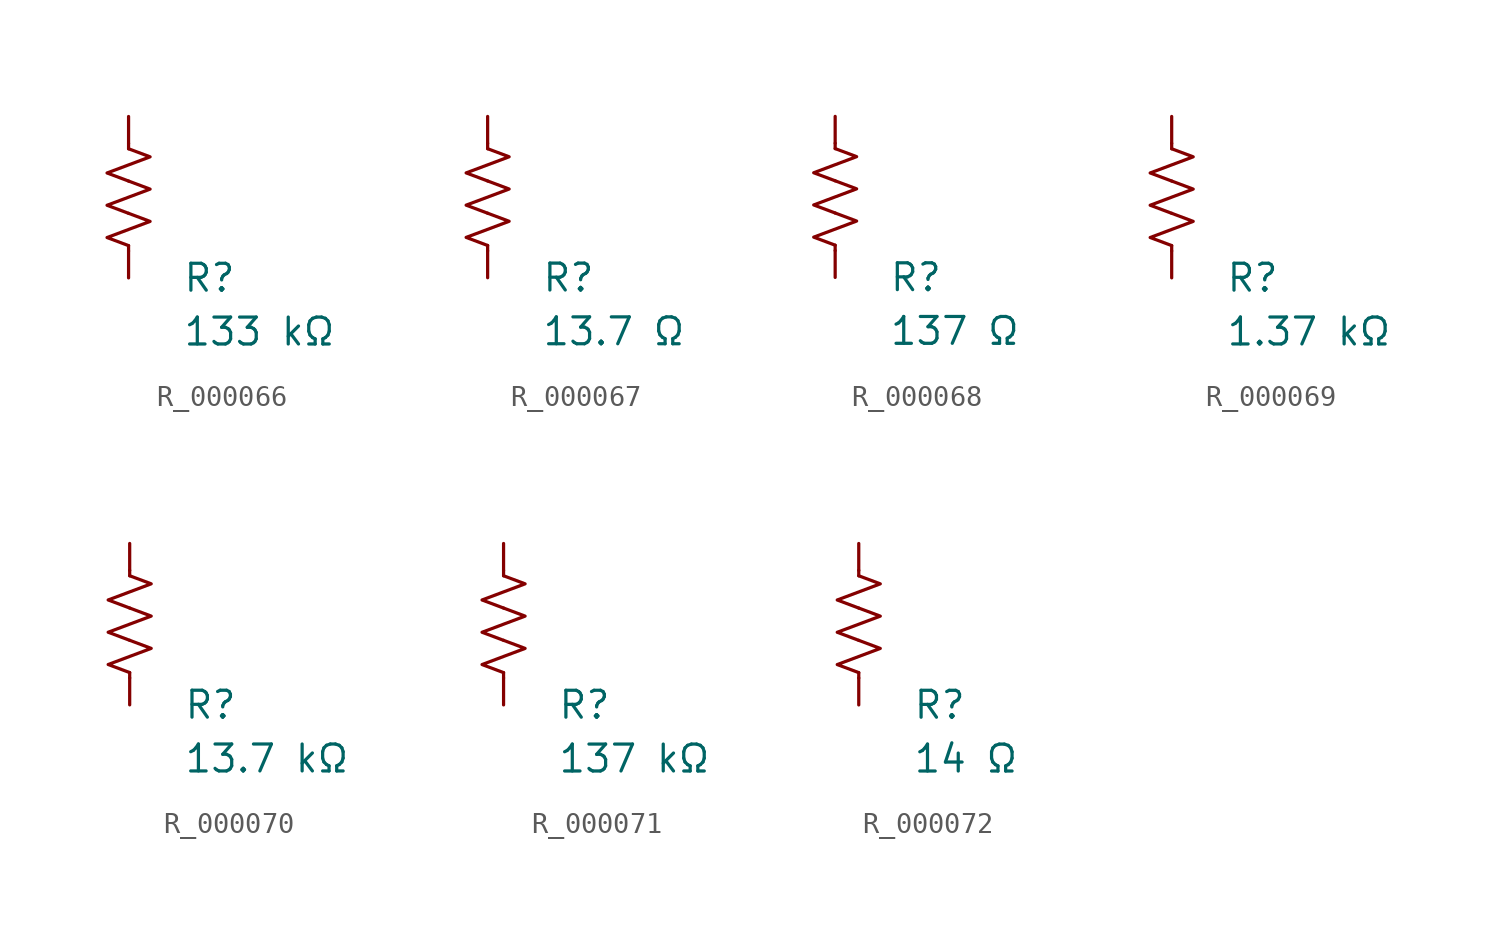
<source format=kicad_sym>
(kicad_symbol_lib
  (version 20231120)
  (generator "kicad_symbol_editor")
  (generator_version "8.0")
  (symbol "R_000066"
    (pin_numbers hide)
    (pin_names
      (offset 0))
    (property "Reference" "R"
      (at 2.54 -3.81 0)
      (effects (font (size 1.27 1.27)) (justify left))
      (show_name no))
    (property "Value" "133 kΩ"
      (at 2.54 -6.35 0)
      (effects (font (size 1.27 1.27)) (justify left))
      (show_name no))
    (symbol "R_000066_0_1"
      (polyline (pts (xy 0 -2.286) (xy 0 -2.54)) (stroke (width 0) (type default)) (fill (type none)))
      (polyline (pts (xy 0 2.286) (xy 0 2.54)) (stroke (width 0) (type default)) (fill (type none)))
      (polyline (pts (xy 0 -0.762) (xy 1.016 -1.143) (xy 0 -1.524) (xy -1.016 -1.905) (xy 0 -2.286)) (stroke (width 0) (type default)) (fill (type none)))
      (polyline (pts (xy 0 0.762) (xy 1.016 0.381) (xy 0 0) (xy -1.016 -0.381) (xy 0 -0.762)) (stroke (width 0) (type default)) (fill (type none)))
      (polyline (pts (xy 0 2.286) (xy 1.016 1.905) (xy 0 1.524) (xy -1.016 1.143) (xy 0 0.762)) (stroke (width 0) (type default)) (fill (type none))))
    (symbol "R_000066_1_1"
      (pin passive line (at 0 3.81 270) (length 1.27) (name "~" (effects (font (size 1.27 1.27)))) (number "1" (effects (font (size 1.27 1.27)))))
      (pin passive line (at 0 -3.81 90) (length 1.27) (name "~" (effects (font (size 1.27 1.27)))) (number "2" (effects (font (size 1.27 1.27)))))))
  (symbol "R_000067"
    (pin_numbers hide)
    (pin_names
      (offset 0))
    (property "Reference" "R"
      (at 2.54 -3.81 0)
      (effects (font (size 1.27 1.27)) (justify left))
      (show_name no))
    (property "Value" "13.7 Ω"
      (at 2.54 -6.35 0)
      (effects (font (size 1.27 1.27)) (justify left))
      (show_name no))
    (symbol "R_000067_0_1"
      (polyline (pts (xy 0 -2.286) (xy 0 -2.54)) (stroke (width 0) (type default)) (fill (type none)))
      (polyline (pts (xy 0 2.286) (xy 0 2.54)) (stroke (width 0) (type default)) (fill (type none)))
      (polyline (pts (xy 0 -0.762) (xy 1.016 -1.143) (xy 0 -1.524) (xy -1.016 -1.905) (xy 0 -2.286)) (stroke (width 0) (type default)) (fill (type none)))
      (polyline (pts (xy 0 0.762) (xy 1.016 0.381) (xy 0 0) (xy -1.016 -0.381) (xy 0 -0.762)) (stroke (width 0) (type default)) (fill (type none)))
      (polyline (pts (xy 0 2.286) (xy 1.016 1.905) (xy 0 1.524) (xy -1.016 1.143) (xy 0 0.762)) (stroke (width 0) (type default)) (fill (type none))))
    (symbol "R_000067_1_1"
      (pin passive line (at 0 3.81 270) (length 1.27) (name "~" (effects (font (size 1.27 1.27)))) (number "1" (effects (font (size 1.27 1.27)))))
      (pin passive line (at 0 -3.81 90) (length 1.27) (name "~" (effects (font (size 1.27 1.27)))) (number "2" (effects (font (size 1.27 1.27)))))))
  (symbol "R_000068"
    (pin_numbers hide)
    (pin_names
      (offset 0))
    (property "Reference" "R"
      (at 2.54 -3.81 0)
      (effects (font (size 1.27 1.27)) (justify left))
      (show_name no))
    (property "Value" "137 Ω"
      (at 2.54 -6.35 0)
      (effects (font (size 1.27 1.27)) (justify left))
      (show_name no))
    (symbol "R_000068_0_1"
      (polyline (pts (xy 0 -2.286) (xy 0 -2.54)) (stroke (width 0) (type default)) (fill (type none)))
      (polyline (pts (xy 0 2.286) (xy 0 2.54)) (stroke (width 0) (type default)) (fill (type none)))
      (polyline (pts (xy 0 -0.762) (xy 1.016 -1.143) (xy 0 -1.524) (xy -1.016 -1.905) (xy 0 -2.286)) (stroke (width 0) (type default)) (fill (type none)))
      (polyline (pts (xy 0 0.762) (xy 1.016 0.381) (xy 0 0) (xy -1.016 -0.381) (xy 0 -0.762)) (stroke (width 0) (type default)) (fill (type none)))
      (polyline (pts (xy 0 2.286) (xy 1.016 1.905) (xy 0 1.524) (xy -1.016 1.143) (xy 0 0.762)) (stroke (width 0) (type default)) (fill (type none))))
    (symbol "R_000068_1_1"
      (pin passive line (at 0 3.81 270) (length 1.27) (name "~" (effects (font (size 1.27 1.27)))) (number "1" (effects (font (size 1.27 1.27)))))
      (pin passive line (at 0 -3.81 90) (length 1.27) (name "~" (effects (font (size 1.27 1.27)))) (number "2" (effects (font (size 1.27 1.27)))))))
  (symbol "R_000069"
    (pin_numbers hide)
    (pin_names
      (offset 0))
    (property "Reference" "R"
      (at 2.54 -3.81 0)
      (effects (font (size 1.27 1.27)) (justify left))
      (show_name no))
    (property "Value" "1.37 kΩ"
      (at 2.54 -6.35 0)
      (effects (font (size 1.27 1.27)) (justify left))
      (show_name no))
    (symbol "R_000069_0_1"
      (polyline (pts (xy 0 -2.286) (xy 0 -2.54)) (stroke (width 0) (type default)) (fill (type none)))
      (polyline (pts (xy 0 2.286) (xy 0 2.54)) (stroke (width 0) (type default)) (fill (type none)))
      (polyline (pts (xy 0 -0.762) (xy 1.016 -1.143) (xy 0 -1.524) (xy -1.016 -1.905) (xy 0 -2.286)) (stroke (width 0) (type default)) (fill (type none)))
      (polyline (pts (xy 0 0.762) (xy 1.016 0.381) (xy 0 0) (xy -1.016 -0.381) (xy 0 -0.762)) (stroke (width 0) (type default)) (fill (type none)))
      (polyline (pts (xy 0 2.286) (xy 1.016 1.905) (xy 0 1.524) (xy -1.016 1.143) (xy 0 0.762)) (stroke (width 0) (type default)) (fill (type none))))
    (symbol "R_000069_1_1"
      (pin passive line (at 0 3.81 270) (length 1.27) (name "~" (effects (font (size 1.27 1.27)))) (number "1" (effects (font (size 1.27 1.27)))))
      (pin passive line (at 0 -3.81 90) (length 1.27) (name "~" (effects (font (size 1.27 1.27)))) (number "2" (effects (font (size 1.27 1.27)))))))
  (symbol "R_000070"
    (pin_numbers hide)
    (pin_names
      (offset 0))
    (property "Reference" "R"
      (at 2.54 -3.81 0)
      (effects (font (size 1.27 1.27)) (justify left))
      (show_name no))
    (property "Value" "13.7 kΩ"
      (at 2.54 -6.35 0)
      (effects (font (size 1.27 1.27)) (justify left))
      (show_name no))
    (symbol "R_000070_0_1"
      (polyline (pts (xy 0 -2.286) (xy 0 -2.54)) (stroke (width 0) (type default)) (fill (type none)))
      (polyline (pts (xy 0 2.286) (xy 0 2.54)) (stroke (width 0) (type default)) (fill (type none)))
      (polyline (pts (xy 0 -0.762) (xy 1.016 -1.143) (xy 0 -1.524) (xy -1.016 -1.905) (xy 0 -2.286)) (stroke (width 0) (type default)) (fill (type none)))
      (polyline (pts (xy 0 0.762) (xy 1.016 0.381) (xy 0 0) (xy -1.016 -0.381) (xy 0 -0.762)) (stroke (width 0) (type default)) (fill (type none)))
      (polyline (pts (xy 0 2.286) (xy 1.016 1.905) (xy 0 1.524) (xy -1.016 1.143) (xy 0 0.762)) (stroke (width 0) (type default)) (fill (type none))))
    (symbol "R_000070_1_1"
      (pin passive line (at 0 3.81 270) (length 1.27) (name "~" (effects (font (size 1.27 1.27)))) (number "1" (effects (font (size 1.27 1.27)))))
      (pin passive line (at 0 -3.81 90) (length 1.27) (name "~" (effects (font (size 1.27 1.27)))) (number "2" (effects (font (size 1.27 1.27)))))))
  (symbol "R_000071"
    (pin_numbers hide)
    (pin_names
      (offset 0))
    (property "Reference" "R"
      (at 2.54 -3.81 0)
      (effects (font (size 1.27 1.27)) (justify left))
      (show_name no))
    (property "Value" "137 kΩ"
      (at 2.54 -6.35 0)
      (effects (font (size 1.27 1.27)) (justify left))
      (show_name no))
    (symbol "R_000071_0_1"
      (polyline (pts (xy 0 -2.286) (xy 0 -2.54)) (stroke (width 0) (type default)) (fill (type none)))
      (polyline (pts (xy 0 2.286) (xy 0 2.54)) (stroke (width 0) (type default)) (fill (type none)))
      (polyline (pts (xy 0 -0.762) (xy 1.016 -1.143) (xy 0 -1.524) (xy -1.016 -1.905) (xy 0 -2.286)) (stroke (width 0) (type default)) (fill (type none)))
      (polyline (pts (xy 0 0.762) (xy 1.016 0.381) (xy 0 0) (xy -1.016 -0.381) (xy 0 -0.762)) (stroke (width 0) (type default)) (fill (type none)))
      (polyline (pts (xy 0 2.286) (xy 1.016 1.905) (xy 0 1.524) (xy -1.016 1.143) (xy 0 0.762)) (stroke (width 0) (type default)) (fill (type none))))
    (symbol "R_000071_1_1"
      (pin passive line (at 0 3.81 270) (length 1.27) (name "~" (effects (font (size 1.27 1.27)))) (number "1" (effects (font (size 1.27 1.27)))))
      (pin passive line (at 0 -3.81 90) (length 1.27) (name "~" (effects (font (size 1.27 1.27)))) (number "2" (effects (font (size 1.27 1.27)))))))
  (symbol "R_000072"
    (pin_numbers hide)
    (pin_names
      (offset 0))
    (property "Reference" "R"
      (at 2.54 -3.81 0)
      (effects (font (size 1.27 1.27)) (justify left))
      (show_name no))
    (property "Value" "14 Ω"
      (at 2.54 -6.35 0)
      (effects (font (size 1.27 1.27)) (justify left))
      (show_name no))
    (symbol "R_000072_0_1"
      (polyline (pts (xy 0 -2.286) (xy 0 -2.54)) (stroke (width 0) (type default)) (fill (type none)))
      (polyline (pts (xy 0 2.286) (xy 0 2.54)) (stroke (width 0) (type default)) (fill (type none)))
      (polyline (pts (xy 0 -0.762) (xy 1.016 -1.143) (xy 0 -1.524) (xy -1.016 -1.905) (xy 0 -2.286)) (stroke (width 0) (type default)) (fill (type none)))
      (polyline (pts (xy 0 0.762) (xy 1.016 0.381) (xy 0 0) (xy -1.016 -0.381) (xy 0 -0.762)) (stroke (width 0) (type default)) (fill (type none)))
      (polyline (pts (xy 0 2.286) (xy 1.016 1.905) (xy 0 1.524) (xy -1.016 1.143) (xy 0 0.762)) (stroke (width 0) (type default)) (fill (type none))))
    (symbol "R_000072_1_1"
      (pin passive line (at 0 3.81 270) (length 1.27) (name "~" (effects (font (size 1.27 1.27)))) (number "1" (effects (font (size 1.27 1.27)))))
      (pin passive line (at 0 -3.81 90) (length 1.27) (name "~" (effects (font (size 1.27 1.27)))) (number "2" (effects (font (size 1.27 1.27))))))))
</source>
